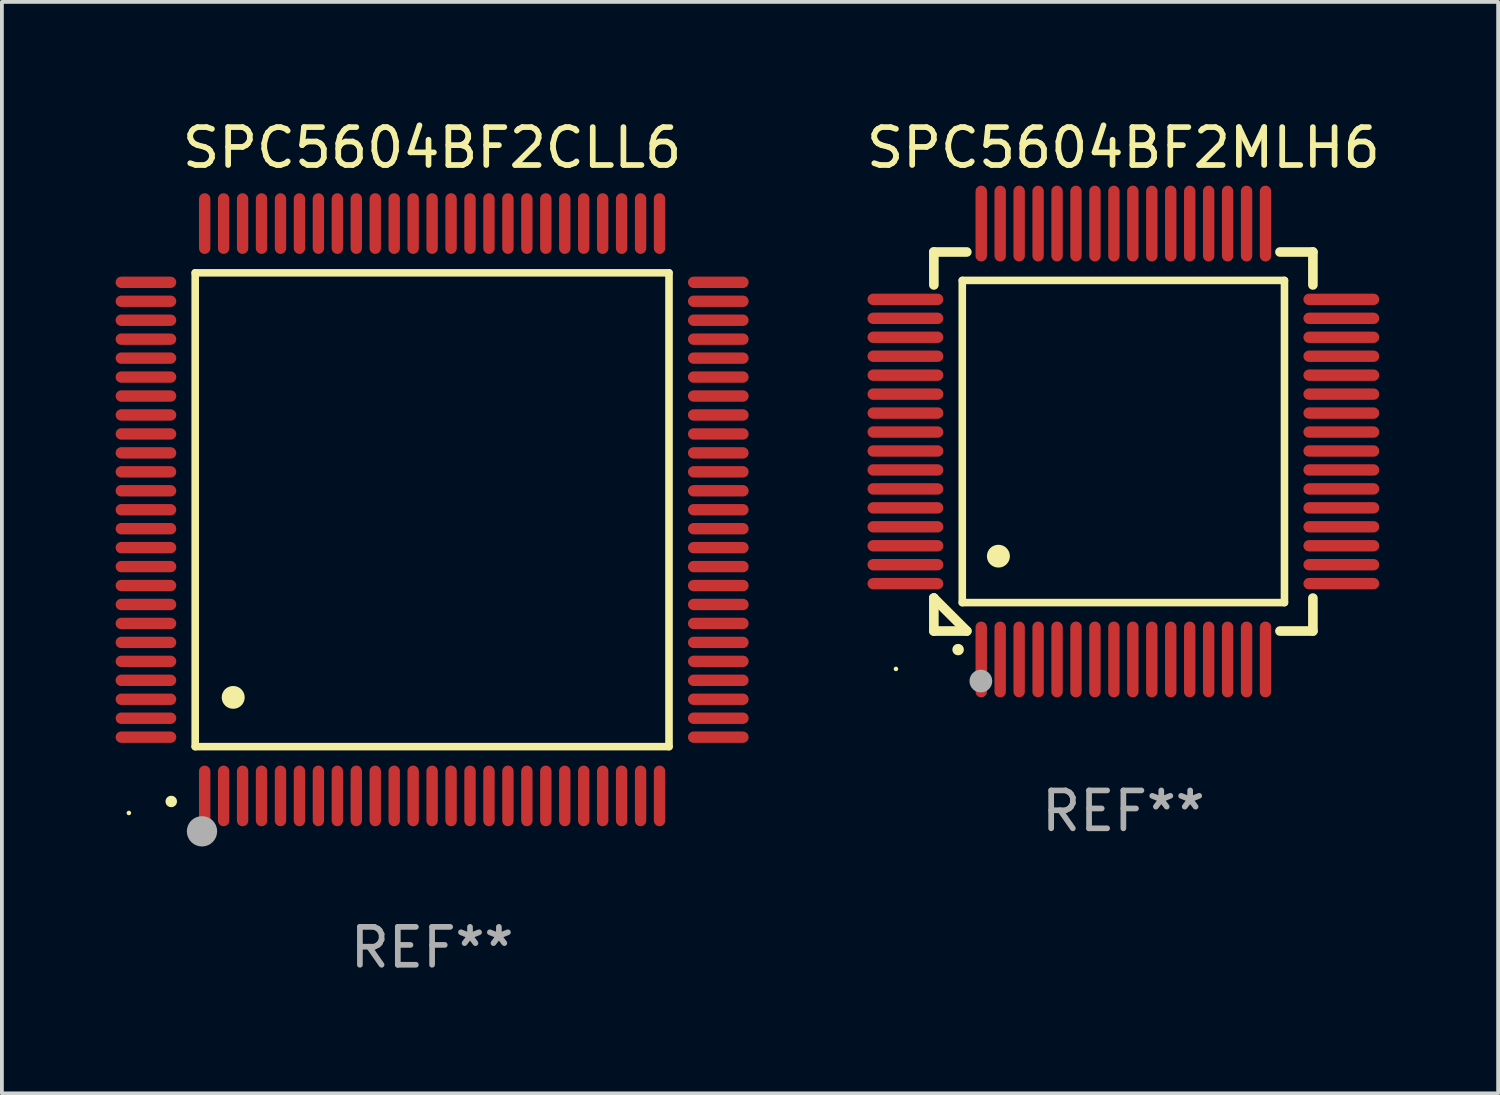
<source format=kicad_pcb>
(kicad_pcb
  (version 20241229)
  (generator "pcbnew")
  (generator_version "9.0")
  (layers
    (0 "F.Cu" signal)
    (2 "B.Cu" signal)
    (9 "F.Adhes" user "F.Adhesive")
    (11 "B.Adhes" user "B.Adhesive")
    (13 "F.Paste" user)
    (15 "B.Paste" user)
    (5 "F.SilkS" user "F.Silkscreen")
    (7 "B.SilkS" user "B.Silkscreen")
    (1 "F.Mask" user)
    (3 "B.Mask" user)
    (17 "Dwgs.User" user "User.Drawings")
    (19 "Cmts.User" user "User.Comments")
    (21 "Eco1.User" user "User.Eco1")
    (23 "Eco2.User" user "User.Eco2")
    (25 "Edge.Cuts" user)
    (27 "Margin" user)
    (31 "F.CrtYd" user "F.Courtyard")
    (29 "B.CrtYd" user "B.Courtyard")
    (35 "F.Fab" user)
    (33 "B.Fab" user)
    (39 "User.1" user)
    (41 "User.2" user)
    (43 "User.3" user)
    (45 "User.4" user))
  (footprint "SPC5604BF2CLL6"
    (layer "F.Cu")
    (at 8.35 10.398)
    (property "Reference" "SPC5604BF2CLL6" (at 0 -9.55 0) (layer "F.SilkS") (effects (font (size 1 1) (thickness 0.15))))
    (attr through_hole)
    (fp_line (start -6.25 -6.25) (end -6.25 6.25) (stroke (width 0.2) (type solid)) (layer "F.SilkS"))
    (fp_line (start -6.25 6.25) (end 6.25 6.25) (stroke (width 0.2) (type solid)) (layer "F.SilkS"))
    (fp_line (start 6.25 -6.25) (end -6.25 -6.25) (stroke (width 0.2) (type solid)) (layer "F.SilkS"))
    (fp_line (start 6.25 6.25) (end 6.25 -6.25) (stroke (width 0.2) (type solid)) (layer "F.SilkS"))
    (fp_arc (start -6.883414 7.696215) (mid -6.882144 7.69621) (end -6.880874 7.696215) (stroke (width 0.3) (type solid)) (layer "F.SilkS"))
    (fp_arc (start -5.250191 4.95047) (mid -5.247651 4.950459) (end -5.245111 4.95047) (stroke (width 0.6) (type solid)) (layer "F.SilkS"))
    (fp_circle (center -8 8) (end -7.97 8) (stroke (width 0.06) (type solid)) (fill no) (layer "F.SilkS"))
    (fp_circle (center -6.071 8.484) (end -5.871 8.484) (stroke (width 0.4) (type solid)) (fill no) (layer "F.Fab"))
    (fp_text user "REF**" (at 0 11.55 0) (layer "F.Fab") (effects (font (size 1 1) (thickness 0.15))))
    (pad "1" smd oval (at -6 7.55) (size 0.3 1.6) (layers "F.Cu" "F.Mask" "F.Paste"))
    (pad "2" smd oval (at -5.5 7.55) (size 0.3 1.6) (layers "F.Cu" "F.Mask" "F.Paste"))
    (pad "3" smd oval (at -5 7.55) (size 0.3 1.6) (layers "F.Cu" "F.Mask" "F.Paste"))
    (pad "4" smd oval (at -4.5 7.55) (size 0.3 1.6) (layers "F.Cu" "F.Mask" "F.Paste"))
    (pad "5" smd oval (at -4 7.55) (size 0.3 1.6) (layers "F.Cu" "F.Mask" "F.Paste"))
    (pad "6" smd oval (at -3.5 7.55) (size 0.3 1.6) (layers "F.Cu" "F.Mask" "F.Paste"))
    (pad "7" smd oval (at -3 7.55) (size 0.3 1.6) (layers "F.Cu" "F.Mask" "F.Paste"))
    (pad "8" smd oval (at -2.5 7.55) (size 0.3 1.6) (layers "F.Cu" "F.Mask" "F.Paste"))
    (pad "9" smd oval (at -2 7.55) (size 0.3 1.6) (layers "F.Cu" "F.Mask" "F.Paste"))
    (pad "10" smd oval (at -1.5 7.55) (size 0.3 1.6) (layers "F.Cu" "F.Mask" "F.Paste"))
    (pad "11" smd oval (at -1 7.55) (size 0.3 1.6) (layers "F.Cu" "F.Mask" "F.Paste"))
    (pad "12" smd oval (at -0.5 7.55) (size 0.3 1.6) (layers "F.Cu" "F.Mask" "F.Paste"))
    (pad "13" smd oval (at 0 7.55) (size 0.3 1.6) (layers "F.Cu" "F.Mask" "F.Paste"))
    (pad "14" smd oval (at 0.5 7.55) (size 0.3 1.6) (layers "F.Cu" "F.Mask" "F.Paste"))
    (pad "15" smd oval (at 1 7.55) (size 0.3 1.6) (layers "F.Cu" "F.Mask" "F.Paste"))
    (pad "16" smd oval (at 1.5 7.55) (size 0.3 1.6) (layers "F.Cu" "F.Mask" "F.Paste"))
    (pad "17" smd oval (at 2 7.55) (size 0.3 1.6) (layers "F.Cu" "F.Mask" "F.Paste"))
    (pad "18" smd oval (at 2.5 7.55) (size 0.3 1.6) (layers "F.Cu" "F.Mask" "F.Paste"))
    (pad "19" smd oval (at 3 7.55) (size 0.3 1.6) (layers "F.Cu" "F.Mask" "F.Paste"))
    (pad "20" smd oval (at 3.5 7.55) (size 0.3 1.6) (layers "F.Cu" "F.Mask" "F.Paste"))
    (pad "21" smd oval (at 4 7.55) (size 0.3 1.6) (layers "F.Cu" "F.Mask" "F.Paste"))
    (pad "22" smd oval (at 4.5 7.55) (size 0.3 1.6) (layers "F.Cu" "F.Mask" "F.Paste"))
    (pad "23" smd oval (at 5 7.55) (size 0.3 1.6) (layers "F.Cu" "F.Mask" "F.Paste"))
    (pad "24" smd oval (at 5.5 7.55) (size 0.3 1.6) (layers "F.Cu" "F.Mask" "F.Paste"))
    (pad "25" smd oval (at 6 7.55) (size 0.3 1.6) (layers "F.Cu" "F.Mask" "F.Paste"))
    (pad "26" smd oval (at 7.55 6) (size 1.6 0.3) (layers "F.Cu" "F.Mask" "F.Paste"))
    (pad "27" smd oval (at 7.55 5.5) (size 1.6 0.3) (layers "F.Cu" "F.Mask" "F.Paste"))
    (pad "28" smd oval (at 7.55 5) (size 1.6 0.3) (layers "F.Cu" "F.Mask" "F.Paste"))
    (pad "29" smd oval (at 7.55 4.5) (size 1.6 0.3) (layers "F.Cu" "F.Mask" "F.Paste"))
    (pad "30" smd oval (at 7.55 4) (size 1.6 0.3) (layers "F.Cu" "F.Mask" "F.Paste"))
    (pad "31" smd oval (at 7.55 3.5) (size 1.6 0.3) (layers "F.Cu" "F.Mask" "F.Paste"))
    (pad "32" smd oval (at 7.55 3) (size 1.6 0.3) (layers "F.Cu" "F.Mask" "F.Paste"))
    (pad "33" smd oval (at 7.55 2.5) (size 1.6 0.3) (layers "F.Cu" "F.Mask" "F.Paste"))
    (pad "34" smd oval (at 7.55 2) (size 1.6 0.3) (layers "F.Cu" "F.Mask" "F.Paste"))
    (pad "35" smd oval (at 7.55 1.5) (size 1.6 0.3) (layers "F.Cu" "F.Mask" "F.Paste"))
    (pad "36" smd oval (at 7.55 1) (size 1.6 0.3) (layers "F.Cu" "F.Mask" "F.Paste"))
    (pad "37" smd oval (at 7.55 0.5) (size 1.6 0.3) (layers "F.Cu" "F.Mask" "F.Paste"))
    (pad "38" smd oval (at 7.55 0) (size 1.6 0.3) (layers "F.Cu" "F.Mask" "F.Paste"))
    (pad "39" smd oval (at 7.55 -0.5) (size 1.6 0.3) (layers "F.Cu" "F.Mask" "F.Paste"))
    (pad "40" smd oval (at 7.55 -1) (size 1.6 0.3) (layers "F.Cu" "F.Mask" "F.Paste"))
    (pad "41" smd oval (at 7.55 -1.5) (size 1.6 0.3) (layers "F.Cu" "F.Mask" "F.Paste"))
    (pad "42" smd oval (at 7.55 -2) (size 1.6 0.3) (layers "F.Cu" "F.Mask" "F.Paste"))
    (pad "43" smd oval (at 7.55 -2.5) (size 1.6 0.3) (layers "F.Cu" "F.Mask" "F.Paste"))
    (pad "44" smd oval (at 7.55 -3) (size 1.6 0.3) (layers "F.Cu" "F.Mask" "F.Paste"))
    (pad "45" smd oval (at 7.55 -3.5) (size 1.6 0.3) (layers "F.Cu" "F.Mask" "F.Paste"))
    (pad "46" smd oval (at 7.55 -4) (size 1.6 0.3) (layers "F.Cu" "F.Mask" "F.Paste"))
    (pad "47" smd oval (at 7.55 -4.5) (size 1.6 0.3) (layers "F.Cu" "F.Mask" "F.Paste"))
    (pad "48" smd oval (at 7.55 -5) (size 1.6 0.3) (layers "F.Cu" "F.Mask" "F.Paste"))
    (pad "49" smd oval (at 7.55 -5.5) (size 1.6 0.3) (layers "F.Cu" "F.Mask" "F.Paste"))
    (pad "50" smd oval (at 7.55 -6) (size 1.6 0.3) (layers "F.Cu" "F.Mask" "F.Paste"))
    (pad "51" smd oval (at 6 -7.55) (size 0.3 1.6) (layers "F.Cu" "F.Mask" "F.Paste"))
    (pad "52" smd oval (at 5.5 -7.55) (size 0.3 1.6) (layers "F.Cu" "F.Mask" "F.Paste"))
    (pad "53" smd oval (at 5 -7.55) (size 0.3 1.6) (layers "F.Cu" "F.Mask" "F.Paste"))
    (pad "54" smd oval (at 4.5 -7.55) (size 0.3 1.6) (layers "F.Cu" "F.Mask" "F.Paste"))
    (pad "55" smd oval (at 4 -7.55) (size 0.3 1.6) (layers "F.Cu" "F.Mask" "F.Paste"))
    (pad "56" smd oval (at 3.5 -7.55) (size 0.3 1.6) (layers "F.Cu" "F.Mask" "F.Paste"))
    (pad "57" smd oval (at 3 -7.55) (size 0.3 1.6) (layers "F.Cu" "F.Mask" "F.Paste"))
    (pad "58" smd oval (at 2.5 -7.55) (size 0.3 1.6) (layers "F.Cu" "F.Mask" "F.Paste"))
    (pad "59" smd oval (at 2 -7.55) (size 0.3 1.6) (layers "F.Cu" "F.Mask" "F.Paste"))
    (pad "60" smd oval (at 1.5 -7.55) (size 0.3 1.6) (layers "F.Cu" "F.Mask" "F.Paste"))
    (pad "61" smd oval (at 1 -7.55) (size 0.3 1.6) (layers "F.Cu" "F.Mask" "F.Paste"))
    (pad "62" smd oval (at 0.5 -7.55) (size 0.3 1.6) (layers "F.Cu" "F.Mask" "F.Paste"))
    (pad "63" smd oval (at 0 -7.55) (size 0.3 1.6) (layers "F.Cu" "F.Mask" "F.Paste"))
    (pad "64" smd oval (at -0.5 -7.55) (size 0.3 1.6) (layers "F.Cu" "F.Mask" "F.Paste"))
    (pad "65" smd oval (at -1 -7.55) (size 0.3 1.6) (layers "F.Cu" "F.Mask" "F.Paste"))
    (pad "66" smd oval (at -1.5 -7.55) (size 0.3 1.6) (layers "F.Cu" "F.Mask" "F.Paste"))
    (pad "67" smd oval (at -2 -7.55) (size 0.3 1.6) (layers "F.Cu" "F.Mask" "F.Paste"))
    (pad "68" smd oval (at -2.5 -7.55) (size 0.3 1.6) (layers "F.Cu" "F.Mask" "F.Paste"))
    (pad "69" smd oval (at -3 -7.55) (size 0.3 1.6) (layers "F.Cu" "F.Mask" "F.Paste"))
    (pad "70" smd oval (at -3.5 -7.55) (size 0.3 1.6) (layers "F.Cu" "F.Mask" "F.Paste"))
    (pad "71" smd oval (at -4 -7.55) (size 0.3 1.6) (layers "F.Cu" "F.Mask" "F.Paste"))
    (pad "72" smd oval (at -4.5 -7.55) (size 0.3 1.6) (layers "F.Cu" "F.Mask" "F.Paste"))
    (pad "73" smd oval (at -5 -7.55) (size 0.3 1.6) (layers "F.Cu" "F.Mask" "F.Paste"))
    (pad "74" smd oval (at -5.5 -7.55) (size 0.3 1.6) (layers "F.Cu" "F.Mask" "F.Paste"))
    (pad "75" smd oval (at -6 -7.55) (size 0.3 1.6) (layers "F.Cu" "F.Mask" "F.Paste"))
    (pad "76" smd oval (at -7.55 -6) (size 1.6 0.3) (layers "F.Cu" "F.Mask" "F.Paste"))
    (pad "77" smd oval (at -7.55 -5.5) (size 1.6 0.3) (layers "F.Cu" "F.Mask" "F.Paste"))
    (pad "78" smd oval (at -7.55 -5) (size 1.6 0.3) (layers "F.Cu" "F.Mask" "F.Paste"))
    (pad "79" smd oval (at -7.55 -4.5) (size 1.6 0.3) (layers "F.Cu" "F.Mask" "F.Paste"))
    (pad "80" smd oval (at -7.55 -4) (size 1.6 0.3) (layers "F.Cu" "F.Mask" "F.Paste"))
    (pad "81" smd oval (at -7.55 -3.5) (size 1.6 0.3) (layers "F.Cu" "F.Mask" "F.Paste"))
    (pad "82" smd oval (at -7.55 -3) (size 1.6 0.3) (layers "F.Cu" "F.Mask" "F.Paste"))
    (pad "83" smd oval (at -7.55 -2.5) (size 1.6 0.3) (layers "F.Cu" "F.Mask" "F.Paste"))
    (pad "84" smd oval (at -7.55 -2) (size 1.6 0.3) (layers "F.Cu" "F.Mask" "F.Paste"))
    (pad "85" smd oval (at -7.55 -1.5) (size 1.6 0.3) (layers "F.Cu" "F.Mask" "F.Paste"))
    (pad "86" smd oval (at -7.55 -1) (size 1.6 0.3) (layers "F.Cu" "F.Mask" "F.Paste"))
    (pad "87" smd oval (at -7.55 -0.5) (size 1.6 0.3) (layers "F.Cu" "F.Mask" "F.Paste"))
    (pad "88" smd oval (at -7.55 0) (size 1.6 0.3) (layers "F.Cu" "F.Mask" "F.Paste"))
    (pad "89" smd oval (at -7.55 0.5) (size 1.6 0.3) (layers "F.Cu" "F.Mask" "F.Paste"))
    (pad "90" smd oval (at -7.55 1) (size 1.6 0.3) (layers "F.Cu" "F.Mask" "F.Paste"))
    (pad "91" smd oval (at -7.55 1.5) (size 1.6 0.3) (layers "F.Cu" "F.Mask" "F.Paste"))
    (pad "92" smd oval (at -7.55 2) (size 1.6 0.3) (layers "F.Cu" "F.Mask" "F.Paste"))
    (pad "93" smd oval (at -7.55 2.5) (size 1.6 0.3) (layers "F.Cu" "F.Mask" "F.Paste"))
    (pad "94" smd oval (at -7.55 3) (size 1.6 0.3) (layers "F.Cu" "F.Mask" "F.Paste"))
    (pad "95" smd oval (at -7.55 3.5) (size 1.6 0.3) (layers "F.Cu" "F.Mask" "F.Paste"))
    (pad "96" smd oval (at -7.55 4) (size 1.6 0.3) (layers "F.Cu" "F.Mask" "F.Paste"))
    (pad "97" smd oval (at -7.55 4.5) (size 1.6 0.3) (layers "F.Cu" "F.Mask" "F.Paste"))
    (pad "98" smd oval (at -7.55 5) (size 1.6 0.3) (layers "F.Cu" "F.Mask" "F.Paste"))
    (pad "99" smd oval (at -7.55 5.5) (size 1.6 0.3) (layers "F.Cu" "F.Mask" "F.Paste"))
    (pad "100" smd oval (at -7.55 6) (size 1.6 0.3) (layers "F.Cu" "F.Mask" "F.Paste")))
  (footprint "SPC5604BF2MLH6"
    (layer "F.Cu")
    (at 26.587 8.598)
    (property "Reference" "SPC5604BF2MLH6" (at 0 -7.75 0) (layer "F.SilkS") (effects (font (size 1 1) (thickness 0.15))))
    (attr through_hole)
    (fp_line (start -5 -5) (end -4.131 -5) (stroke (width 0.254) (type solid)) (layer "F.SilkS"))
    (fp_line (start -5 -4.131) (end -5 -5) (stroke (width 0.254) (type solid)) (layer "F.SilkS"))
    (fp_line (start -5 4.131) (end -5 4.131) (stroke (width 0.254) (type solid)) (layer "F.SilkS"))
    (fp_line (start -5 5) (end -5 4.131) (stroke (width 0.254) (type solid)) (layer "F.SilkS"))
    (fp_line (start -5 4.131) (end -4.131 5) (stroke (width 0.254) (type solid)) (layer "F.SilkS"))
    (fp_line (start -4.25 -4.25) (end -4.25 4.25) (stroke (width 0.2) (type solid)) (layer "F.SilkS"))
    (fp_line (start -4.25 4.25) (end 4.25 4.25) (stroke (width 0.2) (type solid)) (layer "F.SilkS"))
    (fp_line (start -4.131 5) (end -5 5) (stroke (width 0.254) (type solid)) (layer "F.SilkS"))
    (fp_line (start 4.25 -4.25) (end -4.25 -4.25) (stroke (width 0.2) (type solid)) (layer "F.SilkS"))
    (fp_line (start 4.25 4.25) (end 4.25 -4.25) (stroke (width 0.2) (type solid)) (layer "F.SilkS"))
    (fp_line (start 5 -5) (end 4.131 -5) (stroke (width 0.254) (type solid)) (layer "F.SilkS"))
    (fp_line (start 5 -5) (end 5 -4.131) (stroke (width 0.254) (type solid)) (layer "F.SilkS"))
    (fp_line (start 5 4.131) (end 5 5) (stroke (width 0.254) (type solid)) (layer "F.SilkS"))
    (fp_line (start 5 5) (end 4.131 5) (stroke (width 0.254) (type solid)) (layer "F.SilkS"))
    (fp_arc (start -4.361265 5.489992) (mid -4.359995 5.489987) (end -4.358725 5.489992) (stroke (width 0.3) (type solid)) (layer "F.SilkS"))
    (fp_arc (start -3.299467 3.025146) (mid -3.296927 3.025135) (end -3.294387 3.025146) (stroke (width 0.6) (type solid)) (layer "F.SilkS"))
    (fp_circle (center -6 6) (end -5.97 6) (stroke (width 0.06) (type solid)) (fill no) (layer "F.SilkS"))
    (fp_circle (center -3.76 6.32) (end -3.61 6.32) (stroke (width 0.3) (type solid)) (fill no) (layer "F.Fab"))
    (fp_text user "REF**" (at 0 9.75 0) (layer "F.Fab") (effects (font (size 1 1) (thickness 0.15))))
    (pad "1" smd oval (at -3.75 5.75) (size 0.3 2) (layers "F.Cu" "F.Mask" "F.Paste"))
    (pad "2" smd oval (at -3.25 5.75) (size 0.3 2) (layers "F.Cu" "F.Mask" "F.Paste"))
    (pad "3" smd oval (at -2.75 5.75) (size 0.3 2) (layers "F.Cu" "F.Mask" "F.Paste"))
    (pad "4" smd oval (at -2.25 5.75) (size 0.3 2) (layers "F.Cu" "F.Mask" "F.Paste"))
    (pad "5" smd oval (at -1.75 5.75) (size 0.3 2) (layers "F.Cu" "F.Mask" "F.Paste"))
    (pad "6" smd oval (at -1.25 5.75) (size 0.3 2) (layers "F.Cu" "F.Mask" "F.Paste"))
    (pad "7" smd oval (at -0.75 5.75) (size 0.3 2) (layers "F.Cu" "F.Mask" "F.Paste"))
    (pad "8" smd oval (at -0.25 5.75) (size 0.3 2) (layers "F.Cu" "F.Mask" "F.Paste"))
    (pad "9" smd oval (at 0.25 5.75) (size 0.3 2) (layers "F.Cu" "F.Mask" "F.Paste"))
    (pad "10" smd oval (at 0.75 5.75) (size 0.3 2) (layers "F.Cu" "F.Mask" "F.Paste"))
    (pad "11" smd oval (at 1.25 5.75) (size 0.3 2) (layers "F.Cu" "F.Mask" "F.Paste"))
    (pad "12" smd oval (at 1.75 5.75) (size 0.3 2) (layers "F.Cu" "F.Mask" "F.Paste"))
    (pad "13" smd oval (at 2.25 5.75) (size 0.3 2) (layers "F.Cu" "F.Mask" "F.Paste"))
    (pad "14" smd oval (at 2.75 5.75) (size 0.3 2) (layers "F.Cu" "F.Mask" "F.Paste"))
    (pad "15" smd oval (at 3.25 5.75) (size 0.3 2) (layers "F.Cu" "F.Mask" "F.Paste"))
    (pad "16" smd oval (at 3.75 5.75) (size 0.3 2) (layers "F.Cu" "F.Mask" "F.Paste"))
    (pad "17" smd oval (at 5.75 3.75) (size 2 0.3) (layers "F.Cu" "F.Mask" "F.Paste"))
    (pad "18" smd oval (at 5.75 3.25) (size 2 0.3) (layers "F.Cu" "F.Mask" "F.Paste"))
    (pad "19" smd oval (at 5.75 2.75) (size 2 0.3) (layers "F.Cu" "F.Mask" "F.Paste"))
    (pad "20" smd oval (at 5.75 2.25) (size 2 0.3) (layers "F.Cu" "F.Mask" "F.Paste"))
    (pad "21" smd oval (at 5.75 1.75) (size 2 0.3) (layers "F.Cu" "F.Mask" "F.Paste"))
    (pad "22" smd oval (at 5.75 1.25) (size 2 0.3) (layers "F.Cu" "F.Mask" "F.Paste"))
    (pad "23" smd oval (at 5.75 0.75) (size 2 0.3) (layers "F.Cu" "F.Mask" "F.Paste"))
    (pad "24" smd oval (at 5.75 0.25) (size 2 0.3) (layers "F.Cu" "F.Mask" "F.Paste"))
    (pad "25" smd oval (at 5.75 -0.25) (size 2 0.3) (layers "F.Cu" "F.Mask" "F.Paste"))
    (pad "26" smd oval (at 5.75 -0.75) (size 2 0.3) (layers "F.Cu" "F.Mask" "F.Paste"))
    (pad "27" smd oval (at 5.75 -1.25) (size 2 0.3) (layers "F.Cu" "F.Mask" "F.Paste"))
    (pad "28" smd oval (at 5.75 -1.75) (size 2 0.3) (layers "F.Cu" "F.Mask" "F.Paste"))
    (pad "29" smd oval (at 5.75 -2.25) (size 2 0.3) (layers "F.Cu" "F.Mask" "F.Paste"))
    (pad "30" smd oval (at 5.75 -2.75) (size 2 0.3) (layers "F.Cu" "F.Mask" "F.Paste"))
    (pad "31" smd oval (at 5.75 -3.25) (size 2 0.3) (layers "F.Cu" "F.Mask" "F.Paste"))
    (pad "32" smd oval (at 5.75 -3.75) (size 2 0.3) (layers "F.Cu" "F.Mask" "F.Paste"))
    (pad "33" smd oval (at 3.75 -5.75) (size 0.3 2) (layers "F.Cu" "F.Mask" "F.Paste"))
    (pad "34" smd oval (at 3.25 -5.75) (size 0.3 2) (layers "F.Cu" "F.Mask" "F.Paste"))
    (pad "35" smd oval (at 2.75 -5.75) (size 0.3 2) (layers "F.Cu" "F.Mask" "F.Paste"))
    (pad "36" smd oval (at 2.25 -5.75) (size 0.3 2) (layers "F.Cu" "F.Mask" "F.Paste"))
    (pad "37" smd oval (at 1.75 -5.75) (size 0.3 2) (layers "F.Cu" "F.Mask" "F.Paste"))
    (pad "38" smd oval (at 1.25 -5.75) (size 0.3 2) (layers "F.Cu" "F.Mask" "F.Paste"))
    (pad "39" smd oval (at 0.75 -5.75) (size 0.3 2) (layers "F.Cu" "F.Mask" "F.Paste"))
    (pad "40" smd oval (at 0.25 -5.75) (size 0.3 2) (layers "F.Cu" "F.Mask" "F.Paste"))
    (pad "41" smd oval (at -0.25 -5.75) (size 0.3 2) (layers "F.Cu" "F.Mask" "F.Paste"))
    (pad "42" smd oval (at -0.75 -5.75) (size 0.3 2) (layers "F.Cu" "F.Mask" "F.Paste"))
    (pad "43" smd oval (at -1.25 -5.75) (size 0.3 2) (layers "F.Cu" "F.Mask" "F.Paste"))
    (pad "44" smd oval (at -1.75 -5.75) (size 0.3 2) (layers "F.Cu" "F.Mask" "F.Paste"))
    (pad "45" smd oval (at -2.25 -5.75) (size 0.3 2) (layers "F.Cu" "F.Mask" "F.Paste"))
    (pad "46" smd oval (at -2.75 -5.75) (size 0.3 2) (layers "F.Cu" "F.Mask" "F.Paste"))
    (pad "47" smd oval (at -3.25 -5.75) (size 0.3 2) (layers "F.Cu" "F.Mask" "F.Paste"))
    (pad "48" smd oval (at -3.75 -5.75) (size 0.3 2) (layers "F.Cu" "F.Mask" "F.Paste"))
    (pad "49" smd oval (at -5.75 -3.75) (size 2 0.3) (layers "F.Cu" "F.Mask" "F.Paste"))
    (pad "50" smd oval (at -5.75 -3.25) (size 2 0.3) (layers "F.Cu" "F.Mask" "F.Paste"))
    (pad "51" smd oval (at -5.75 -2.75) (size 2 0.3) (layers "F.Cu" "F.Mask" "F.Paste"))
    (pad "52" smd oval (at -5.75 -2.25) (size 2 0.3) (layers "F.Cu" "F.Mask" "F.Paste"))
    (pad "53" smd oval (at -5.75 -1.75) (size 2 0.3) (layers "F.Cu" "F.Mask" "F.Paste"))
    (pad "54" smd oval (at -5.75 -1.25) (size 2 0.3) (layers "F.Cu" "F.Mask" "F.Paste"))
    (pad "55" smd oval (at -5.75 -0.75) (size 2 0.3) (layers "F.Cu" "F.Mask" "F.Paste"))
    (pad "56" smd oval (at -5.75 -0.25) (size 2 0.3) (layers "F.Cu" "F.Mask" "F.Paste"))
    (pad "57" smd oval (at -5.75 0.25) (size 2 0.3) (layers "F.Cu" "F.Mask" "F.Paste"))
    (pad "58" smd oval (at -5.75 0.75) (size 2 0.3) (layers "F.Cu" "F.Mask" "F.Paste"))
    (pad "59" smd oval (at -5.75 1.25) (size 2 0.3) (layers "F.Cu" "F.Mask" "F.Paste"))
    (pad "60" smd oval (at -5.75 1.75) (size 2 0.3) (layers "F.Cu" "F.Mask" "F.Paste"))
    (pad "61" smd oval (at -5.75 2.25) (size 2 0.3) (layers "F.Cu" "F.Mask" "F.Paste"))
    (pad "62" smd oval (at -5.75 2.75) (size 2 0.3) (layers "F.Cu" "F.Mask" "F.Paste"))
    (pad "63" smd oval (at -5.75 3.25) (size 2 0.3) (layers "F.Cu" "F.Mask" "F.Paste"))
    (pad "64" smd oval (at -5.75 3.75) (size 2 0.3) (layers "F.Cu" "F.Mask" "F.Paste")))
  (gr_rect
    (start -3 -3)
    (end 36.474 25.796)
    (stroke (width 0.1) (type default))
    (fill no)
    (layer "Edge.Cuts")))
</source>
